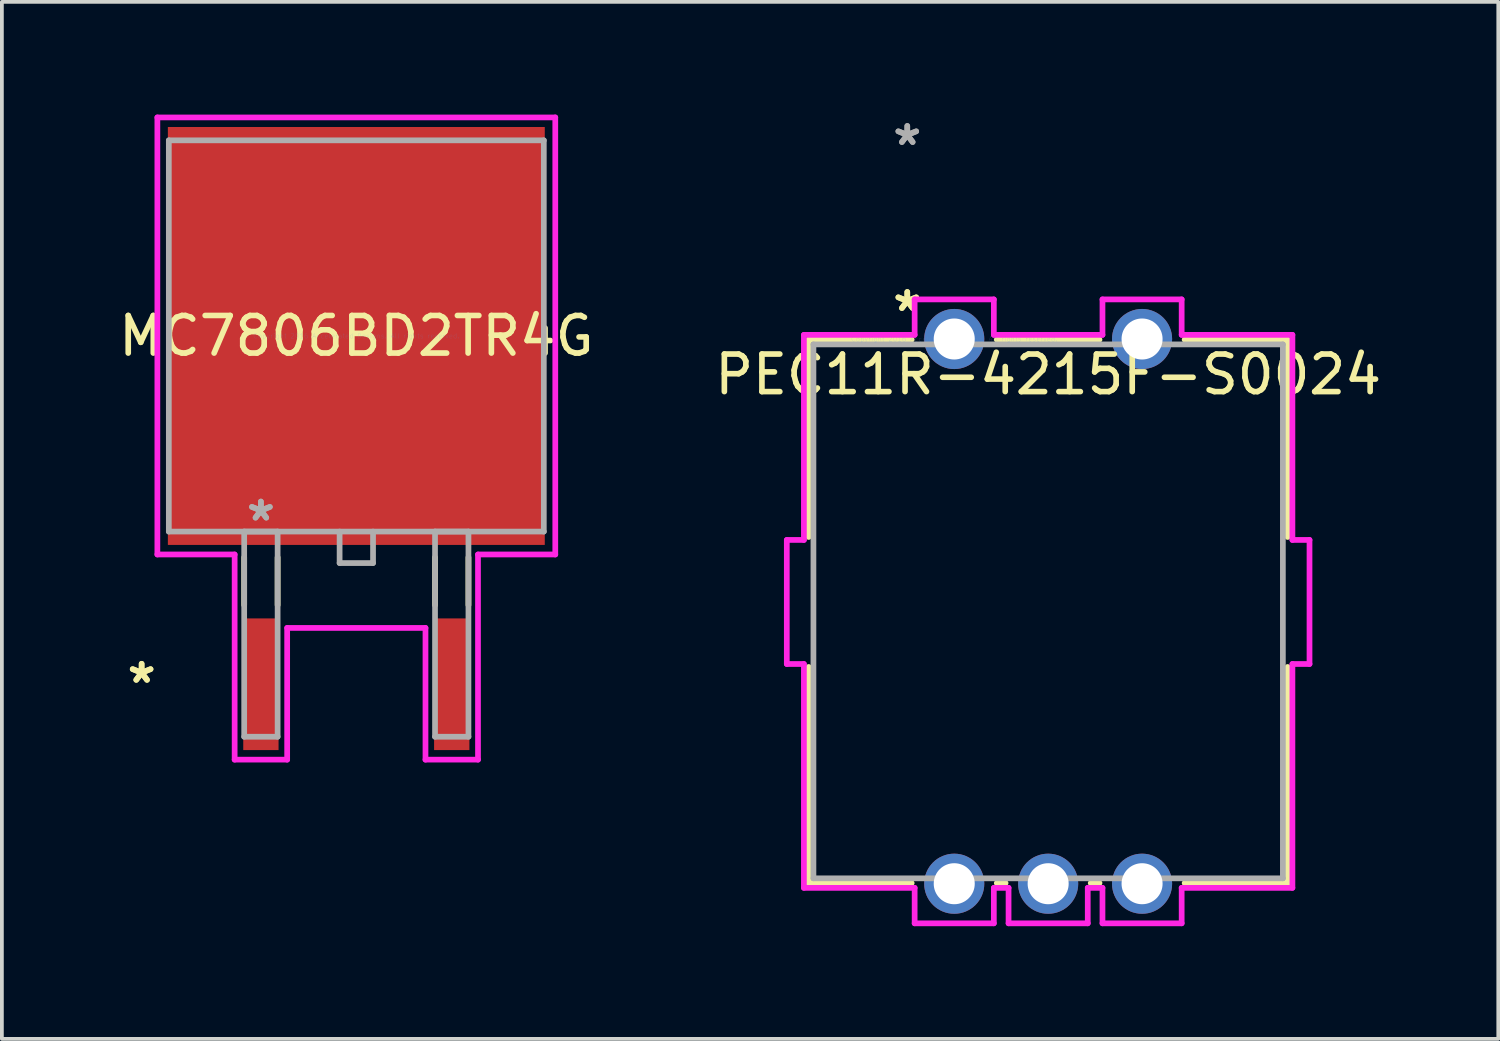
<source format=kicad_pcb>
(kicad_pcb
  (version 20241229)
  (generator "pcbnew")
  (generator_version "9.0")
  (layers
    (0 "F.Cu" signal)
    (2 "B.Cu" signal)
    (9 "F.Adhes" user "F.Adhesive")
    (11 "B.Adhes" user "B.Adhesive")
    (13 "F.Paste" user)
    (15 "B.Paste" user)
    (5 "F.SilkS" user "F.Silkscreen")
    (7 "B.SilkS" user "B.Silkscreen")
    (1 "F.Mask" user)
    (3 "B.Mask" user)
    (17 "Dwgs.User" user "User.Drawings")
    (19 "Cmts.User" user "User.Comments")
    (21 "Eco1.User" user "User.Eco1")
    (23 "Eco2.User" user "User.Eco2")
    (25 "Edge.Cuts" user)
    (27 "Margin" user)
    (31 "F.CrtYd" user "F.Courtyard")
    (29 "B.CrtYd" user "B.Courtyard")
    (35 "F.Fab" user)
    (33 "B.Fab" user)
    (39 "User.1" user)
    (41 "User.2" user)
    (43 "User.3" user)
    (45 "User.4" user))
  (footprint "MC7806BD2TR4G"
    (layer "F.Cu")
    (at 6.435 5.893)
    (property "Reference" "MC7806BD2TR4G" (at 0 0 0) (layer "F.SilkS") (effects (font (size 1 1) (thickness 0.15))))
    (attr through_hole)
    (fp_line (start -2.985 5.895) (end -2.985 7.163) (stroke (width 0.152) (type solid)) (layer "F.SilkS"))
    (fp_line (start -2.095 5.895) (end -2.095 7.163) (stroke (width 0.152) (type solid)) (layer "F.SilkS"))
    (fp_line (start 2.095 5.895) (end 2.095 7.163) (stroke (width 0.152) (type solid)) (layer "F.SilkS"))
    (fp_line (start 2.985 5.895) (end 2.985 7.163) (stroke (width 0.152) (type solid)) (layer "F.SilkS"))
    (fp_line (start -5.296 -5.817) (end 5.296 -5.817) (stroke (width 0.152) (type solid)) (layer "F.CrtYd"))
    (fp_line (start -5.296 5.817) (end -5.296 -5.817) (stroke (width 0.152) (type solid)) (layer "F.CrtYd"))
    (fp_line (start -3.239 5.817) (end -5.296 5.817) (stroke (width 0.152) (type solid)) (layer "F.CrtYd"))
    (fp_line (start -3.239 11.278) (end -3.239 5.817) (stroke (width 0.152) (type solid)) (layer "F.CrtYd"))
    (fp_line (start -1.841 7.772) (end -1.841 11.278) (stroke (width 0.152) (type solid)) (layer "F.CrtYd"))
    (fp_line (start -1.841 11.278) (end -3.239 11.278) (stroke (width 0.152) (type solid)) (layer "F.CrtYd"))
    (fp_line (start 1.841 7.772) (end -1.841 7.772) (stroke (width 0.152) (type solid)) (layer "F.CrtYd"))
    (fp_line (start 1.841 11.278) (end 1.841 7.772) (stroke (width 0.152) (type solid)) (layer "F.CrtYd"))
    (fp_line (start 3.239 5.817) (end 3.239 11.278) (stroke (width 0.152) (type solid)) (layer "F.CrtYd"))
    (fp_line (start 3.239 11.278) (end 1.841 11.278) (stroke (width 0.152) (type solid)) (layer "F.CrtYd"))
    (fp_line (start 5.296 -5.817) (end 5.296 5.817) (stroke (width 0.152) (type solid)) (layer "F.CrtYd"))
    (fp_line (start 5.296 5.817) (end 3.239 5.817) (stroke (width 0.152) (type solid)) (layer "F.CrtYd"))
    (fp_line (start -4.991 -5.207) (end -4.991 5.207) (stroke (width 0.152) (type solid)) (layer "F.Fab"))
    (fp_line (start -4.991 5.207) (end 4.991 5.207) (stroke (width 0.152) (type solid)) (layer "F.Fab"))
    (fp_line (start -2.985 5.207) (end -2.985 10.668) (stroke (width 0.152) (type solid)) (layer "F.Fab"))
    (fp_line (start -2.985 10.668) (end -2.095 10.668) (stroke (width 0.152) (type solid)) (layer "F.Fab"))
    (fp_line (start -2.095 5.207) (end -2.985 5.207) (stroke (width 0.152) (type solid)) (layer "F.Fab"))
    (fp_line (start -2.095 10.668) (end -2.095 5.207) (stroke (width 0.152) (type solid)) (layer "F.Fab"))
    (fp_line (start -0.445 5.207) (end -0.445 6.045) (stroke (width 0.152) (type solid)) (layer "F.Fab"))
    (fp_line (start -0.445 6.045) (end 0.445 6.045) (stroke (width 0.152) (type solid)) (layer "F.Fab"))
    (fp_line (start 0.445 6.045) (end 0.445 5.207) (stroke (width 0.152) (type solid)) (layer "F.Fab"))
    (fp_line (start 2.095 5.207) (end 2.095 10.668) (stroke (width 0.152) (type solid)) (layer "F.Fab"))
    (fp_line (start 2.095 10.668) (end 2.985 10.668) (stroke (width 0.152) (type solid)) (layer "F.Fab"))
    (fp_line (start 2.985 5.207) (end 2.095 5.207) (stroke (width 0.152) (type solid)) (layer "F.Fab"))
    (fp_line (start 2.985 10.668) (end 2.985 5.207) (stroke (width 0.152) (type solid)) (layer "F.Fab"))
    (fp_line (start 4.991 -5.207) (end -4.991 -5.207) (stroke (width 0.152) (type solid)) (layer "F.Fab"))
    (fp_line (start 4.991 5.207) (end 4.991 -5.207) (stroke (width 0.152) (type solid)) (layer "F.Fab"))
    (fp_text user "*" (at -5.715 9.271 0) (layer "F.SilkS") (effects (font (size 1 1) (thickness 0.15))))
    (fp_text user "*" (at -5.715 9.271 0) (layer "F.SilkS") (effects (font (size 1 1) (thickness 0.15))))
    (fp_text user "Copyright 2016 Accelerated Designs. All rights reserved." (at 0 0 0) (layer "Cmts.User") (effects (font (size 0.127 0.127) (thickness 0.002))))
    (fp_text user "*" (at -2.54 4.953 0) (layer "F.Fab") (effects (font (size 1 1) (thickness 0.15))))
    (fp_text user "*" (at -2.54 4.953 0) (layer "F.Fab") (effects (font (size 1 1) (thickness 0.15))))
    (pad "1" smd rect (at -2.54 9.271) (size 0.94 3.505) (layers "F.Cu" "F.Mask" "F.Paste"))
    (pad "2" smd rect (at 0 0) (size 10.033 11.125) (layers "F.Cu" "F.Mask" "F.Paste"))
    (pad "3" smd rect (at 2.54 9.271) (size 0.94 3.505) (layers "F.Cu" "F.Mask" "F.Paste")))
  (footprint "PEC11R-4215F-S0024"
    (layer "F.Cu")
    (at 22.351 5.974)
    (property "Reference" "PEC11R-4215F-S0024" (at 2.5 0.945 0) (layer "F.SilkS") (effects (font (size 1 1) (thickness 0.15))))
    (attr through_hole)
    (fp_line (start -3.875 0.017) (end -3.875 5.27) (stroke (width 0.152) (type solid)) (layer "F.SilkS"))
    (fp_line (start -3.875 8.73) (end -3.875 14.483) (stroke (width 0.152) (type solid)) (layer "F.SilkS"))
    (fp_line (start -3.875 14.483) (end -1.133 14.483) (stroke (width 0.152) (type solid)) (layer "F.SilkS"))
    (fp_line (start -1.133 0.017) (end -3.875 0.017) (stroke (width 0.152) (type solid)) (layer "F.SilkS"))
    (fp_line (start 1.133 14.483) (end 1.367 14.483) (stroke (width 0.152) (type solid)) (layer "F.SilkS"))
    (fp_line (start 1.849 0.017) (end 1.133 0.017) (stroke (width 0.152) (type solid)) (layer "F.SilkS"))
    (fp_line (start 3.633 14.483) (end 3.867 14.483) (stroke (width 0.152) (type solid)) (layer "F.SilkS"))
    (fp_line (start 3.867 0.017) (end 1.849 0.017) (stroke (width 0.152) (type solid)) (layer "F.SilkS"))
    (fp_line (start 6.133 14.483) (end 8.875 14.483) (stroke (width 0.152) (type solid)) (layer "F.SilkS"))
    (fp_line (start 8.875 0.017) (end 6.133 0.017) (stroke (width 0.152) (type solid)) (layer "F.SilkS"))
    (fp_line (start 8.875 5.27) (end 8.875 0.017) (stroke (width 0.152) (type solid)) (layer "F.SilkS"))
    (fp_line (start 8.875 14.483) (end 8.875 8.73) (stroke (width 0.152) (type solid)) (layer "F.SilkS"))
    (fp_line (start -4.457 5.349) (end -4.457 8.651) (stroke (width 0.152) (type solid)) (layer "F.CrtYd"))
    (fp_line (start -4.457 8.651) (end -4.002 8.651) (stroke (width 0.152) (type solid)) (layer "F.CrtYd"))
    (fp_line (start -4.002 -0.11) (end -4.002 5.349) (stroke (width 0.152) (type solid)) (layer "F.CrtYd"))
    (fp_line (start -4.002 5.349) (end -4.457 5.349) (stroke (width 0.152) (type solid)) (layer "F.CrtYd"))
    (fp_line (start -4.002 8.651) (end -4.002 14.61) (stroke (width 0.152) (type solid)) (layer "F.CrtYd"))
    (fp_line (start -4.002 14.61) (end -1.054 14.61) (stroke (width 0.152) (type solid)) (layer "F.CrtYd"))
    (fp_line (start -1.054 -1.054) (end -1.054 -0.11) (stroke (width 0.152) (type solid)) (layer "F.CrtYd"))
    (fp_line (start -1.054 -0.11) (end -4.002 -0.11) (stroke (width 0.152) (type solid)) (layer "F.CrtYd"))
    (fp_line (start -1.054 14.61) (end -1.054 15.554) (stroke (width 0.152) (type solid)) (layer "F.CrtYd"))
    (fp_line (start -1.054 15.554) (end 1.054 15.554) (stroke (width 0.152) (type solid)) (layer "F.CrtYd"))
    (fp_line (start 1.054 -1.054) (end -1.054 -1.054) (stroke (width 0.152) (type solid)) (layer "F.CrtYd"))
    (fp_line (start 1.054 -0.11) (end 1.054 -1.054) (stroke (width 0.152) (type solid)) (layer "F.CrtYd"))
    (fp_line (start 1.054 14.61) (end 1.446 14.61) (stroke (width 0.152) (type solid)) (layer "F.CrtYd"))
    (fp_line (start 1.054 15.554) (end 1.054 14.61) (stroke (width 0.152) (type solid)) (layer "F.CrtYd"))
    (fp_line (start 1.446 14.61) (end 1.446 15.554) (stroke (width 0.152) (type solid)) (layer "F.CrtYd"))
    (fp_line (start 1.446 15.554) (end 3.554 15.554) (stroke (width 0.152) (type solid)) (layer "F.CrtYd"))
    (fp_line (start 3.554 14.61) (end 3.946 14.61) (stroke (width 0.152) (type solid)) (layer "F.CrtYd"))
    (fp_line (start 3.554 15.554) (end 3.554 14.61) (stroke (width 0.152) (type solid)) (layer "F.CrtYd"))
    (fp_line (start 3.946 -1.054) (end 3.946 -0.11) (stroke (width 0.152) (type solid)) (layer "F.CrtYd"))
    (fp_line (start 3.946 -0.11) (end 1.054 -0.11) (stroke (width 0.152) (type solid)) (layer "F.CrtYd"))
    (fp_line (start 3.946 14.61) (end 3.946 15.554) (stroke (width 0.152) (type solid)) (layer "F.CrtYd"))
    (fp_line (start 3.946 15.554) (end 6.054 15.554) (stroke (width 0.152) (type solid)) (layer "F.CrtYd"))
    (fp_line (start 6.054 -1.054) (end 3.946 -1.054) (stroke (width 0.152) (type solid)) (layer "F.CrtYd"))
    (fp_line (start 6.054 -0.11) (end 6.054 -1.054) (stroke (width 0.152) (type solid)) (layer "F.CrtYd"))
    (fp_line (start 6.054 14.61) (end 9.002 14.61) (stroke (width 0.152) (type solid)) (layer "F.CrtYd"))
    (fp_line (start 6.054 15.554) (end 6.054 14.61) (stroke (width 0.152) (type solid)) (layer "F.CrtYd"))
    (fp_line (start 9.002 -0.11) (end 6.054 -0.11) (stroke (width 0.152) (type solid)) (layer "F.CrtYd"))
    (fp_line (start 9.002 5.349) (end 9.002 -0.11) (stroke (width 0.152) (type solid)) (layer "F.CrtYd"))
    (fp_line (start 9.002 8.651) (end 9.457 8.651) (stroke (width 0.152) (type solid)) (layer "F.CrtYd"))
    (fp_line (start 9.002 14.61) (end 9.002 8.651) (stroke (width 0.152) (type solid)) (layer "F.CrtYd"))
    (fp_line (start 9.457 5.349) (end 9.002 5.349) (stroke (width 0.152) (type solid)) (layer "F.CrtYd"))
    (fp_line (start 9.457 8.651) (end 9.457 5.349) (stroke (width 0.152) (type solid)) (layer "F.CrtYd"))
    (fp_line (start -3.748 0.144) (end -3.748 14.356) (stroke (width 0.152) (type solid)) (layer "F.Fab"))
    (fp_line (start -3.748 14.356) (end 8.748 14.356) (stroke (width 0.152) (type solid)) (layer "F.Fab"))
    (fp_line (start 8.748 0.144) (end -3.748 0.144) (stroke (width 0.152) (type solid)) (layer "F.Fab"))
    (fp_line (start 8.748 14.356) (end 8.748 0.144) (stroke (width 0.152) (type solid)) (layer "F.Fab"))
    (fp_text user "*" (at -1.25 -0.707 0) (layer "F.SilkS") (effects (font (size 1 1) (thickness 0.15))))
    (fp_text user "*" (at -1.25 -0.707 0) (layer "F.SilkS") (effects (font (size 1 1) (thickness 0.15))))
    (fp_text user "Copyright 2016 Accelerated Designs. All rights reserved." (at 0 0 0) (layer "Cmts.User") (effects (font (size 0.127 0.127) (thickness 0.002))))
    (fp_text user "*" (at -1.25 -5.126 0) (layer "F.Fab") (effects (font (size 1 1) (thickness 0.15))))
    (fp_text user "*" (at -1.25 -5.126 0) (layer "F.Fab") (effects (font (size 1 1) (thickness 0.15))))
    (pad "1" thru_hole circle (at 0 0) (size 1.6 1.6) (drill 1.092) (layers "*.Cu" "*.Mask"))
    (pad "2" thru_hole circle (at 5 0) (size 1.6 1.6) (drill 1.092) (layers "*.Cu" "*.Mask"))
    (pad "A" thru_hole circle (at 0 14.5) (size 1.6 1.6) (drill 1.092) (layers "*.Cu" "*.Mask"))
    (pad "B" thru_hole circle (at 2.5 14.5) (size 1.6 1.6) (drill 1.092) (layers "*.Cu" "*.Mask"))
    (pad "C" thru_hole circle (at 5 14.5) (size 1.6 1.6) (drill 1.092) (layers "*.Cu" "*.Mask")))
  (gr_rect
    (start -3 -3)
    (end 36.833 24.605)
    (stroke (width 0.1) (type default))
    (fill no)
    (layer "Edge.Cuts")))
</source>
